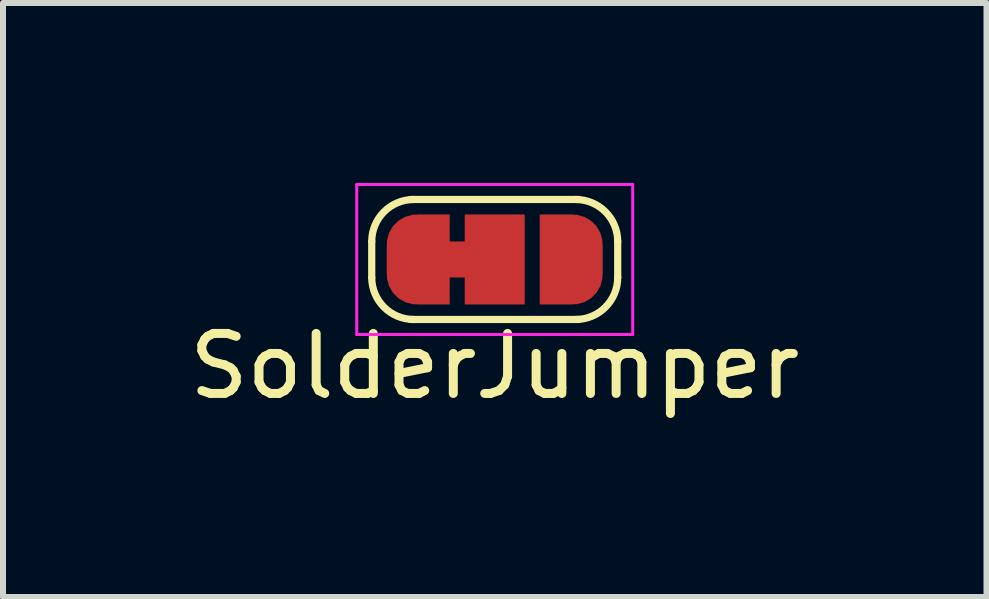
<source format=kicad_pcb>
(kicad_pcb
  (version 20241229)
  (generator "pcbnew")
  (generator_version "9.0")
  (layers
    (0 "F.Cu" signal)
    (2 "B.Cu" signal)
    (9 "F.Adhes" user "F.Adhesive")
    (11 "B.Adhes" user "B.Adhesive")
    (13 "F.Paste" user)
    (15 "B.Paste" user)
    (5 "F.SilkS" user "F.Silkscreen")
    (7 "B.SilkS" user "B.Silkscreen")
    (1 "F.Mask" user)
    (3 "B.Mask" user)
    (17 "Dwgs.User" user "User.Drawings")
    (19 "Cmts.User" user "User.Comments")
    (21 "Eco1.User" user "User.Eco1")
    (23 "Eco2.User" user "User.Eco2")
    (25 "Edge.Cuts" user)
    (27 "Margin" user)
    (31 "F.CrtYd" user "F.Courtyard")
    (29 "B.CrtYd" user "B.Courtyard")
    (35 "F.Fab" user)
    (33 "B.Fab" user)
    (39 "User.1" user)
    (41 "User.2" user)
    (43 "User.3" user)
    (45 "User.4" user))
  (footprint "SolderJumper"
    (layer "F.Cu")
    (at 5.196 1.275)
    (property "Reference" "SolderJumper" (at 0 1.778 0) (layer "F.SilkS") (effects (font (size 1 1) (thickness 0.15))))
    (attr exclude_from_pos_files exclude_from_bom)
    (fp_poly (pts (xy -0.9 -0.3) (xy -0.4 -0.3) (xy -0.4 0.3) (xy -0.9 0.3)) (stroke (width 0) (type solid)) (fill yes) (layer "F.Cu"))
    (fp_line (start -2.05 0.3) (end -2.05 -0.3) (stroke (width 0.12) (type solid)) (layer "F.SilkS"))
    (fp_line (start -1.4 -1) (end 1.4 -1) (stroke (width 0.12) (type solid)) (layer "F.SilkS"))
    (fp_line (start 1.4 1) (end -1.4 1) (stroke (width 0.12) (type solid)) (layer "F.SilkS"))
    (fp_line (start 2.05 -0.3) (end 2.05 0.3) (stroke (width 0.12) (type solid)) (layer "F.SilkS"))
    (fp_arc (start -2.05 -0.3) (mid -1.844975 -0.794975) (end -1.35 -1) (stroke (width 0.12) (type solid)) (layer "F.SilkS"))
    (fp_arc (start -1.35 1) (mid -1.844975 0.794975) (end -2.05 0.3) (stroke (width 0.12) (type solid)) (layer "F.SilkS"))
    (fp_arc (start 1.35 -1) (mid 1.844975 -0.794975) (end 2.05 -0.3) (stroke (width 0.12) (type solid)) (layer "F.SilkS"))
    (fp_arc (start 2.05 0.3) (mid 1.844975 0.794975) (end 1.35 1) (stroke (width 0.12) (type solid)) (layer "F.SilkS"))
    (fp_line (start -2.3 -1.25) (end -2.3 1.25) (stroke (width 0.05) (type solid)) (layer "F.CrtYd"))
    (fp_line (start -2.3 -1.25) (end 2.3 -1.25) (stroke (width 0.05) (type solid)) (layer "F.CrtYd"))
    (fp_line (start 2.3 1.25) (end -2.3 1.25) (stroke (width 0.05) (type solid)) (layer "F.CrtYd"))
    (fp_line (start 2.3 1.25) (end 2.3 -1.25) (stroke (width 0.05) (type solid)) (layer "F.CrtYd"))
    (pad "1" smd custom (at -1.3 0) (size 1 0.5) (layers "F.Cu" "F.Mask") (options (anchor rect)) (primitives (gr_circle (center 0 0.25) (end 0.5 0.25) (width 0) (fill yes)) (gr_circle (center 0 -0.25) (end 0.5 -0.25) (width 0) (fill yes)) (gr_poly (pts (xy 0.55 -0.75) (xy 0 -0.75) (xy 0 0.75) (xy 0.55 0.75)) (width 0) (fill yes))))
    (pad "2" smd rect (at 0 0) (size 1 1.5) (layers "F.Cu" "F.Mask"))
    (pad "3" smd custom (at 1.3 0) (size 1 0.5) (layers "F.Cu" "F.Mask") (options (anchor rect)) (primitives (gr_circle (center 0 0.25) (end 0.5 0.25) (width 0) (fill yes)) (gr_circle (center 0 -0.25) (end 0.5 -0.25) (width 0) (fill yes)) (gr_poly (pts (xy -0.55 -0.75) (xy 0 -0.75) (xy 0 0.75) (xy -0.55 0.75)) (width 0) (fill yes)))))
  (gr_rect
    (start -3 -3)
    (end 13.393 6.901)
    (stroke (width 0.1) (type default))
    (fill no)
    (layer "Edge.Cuts")))
</source>
